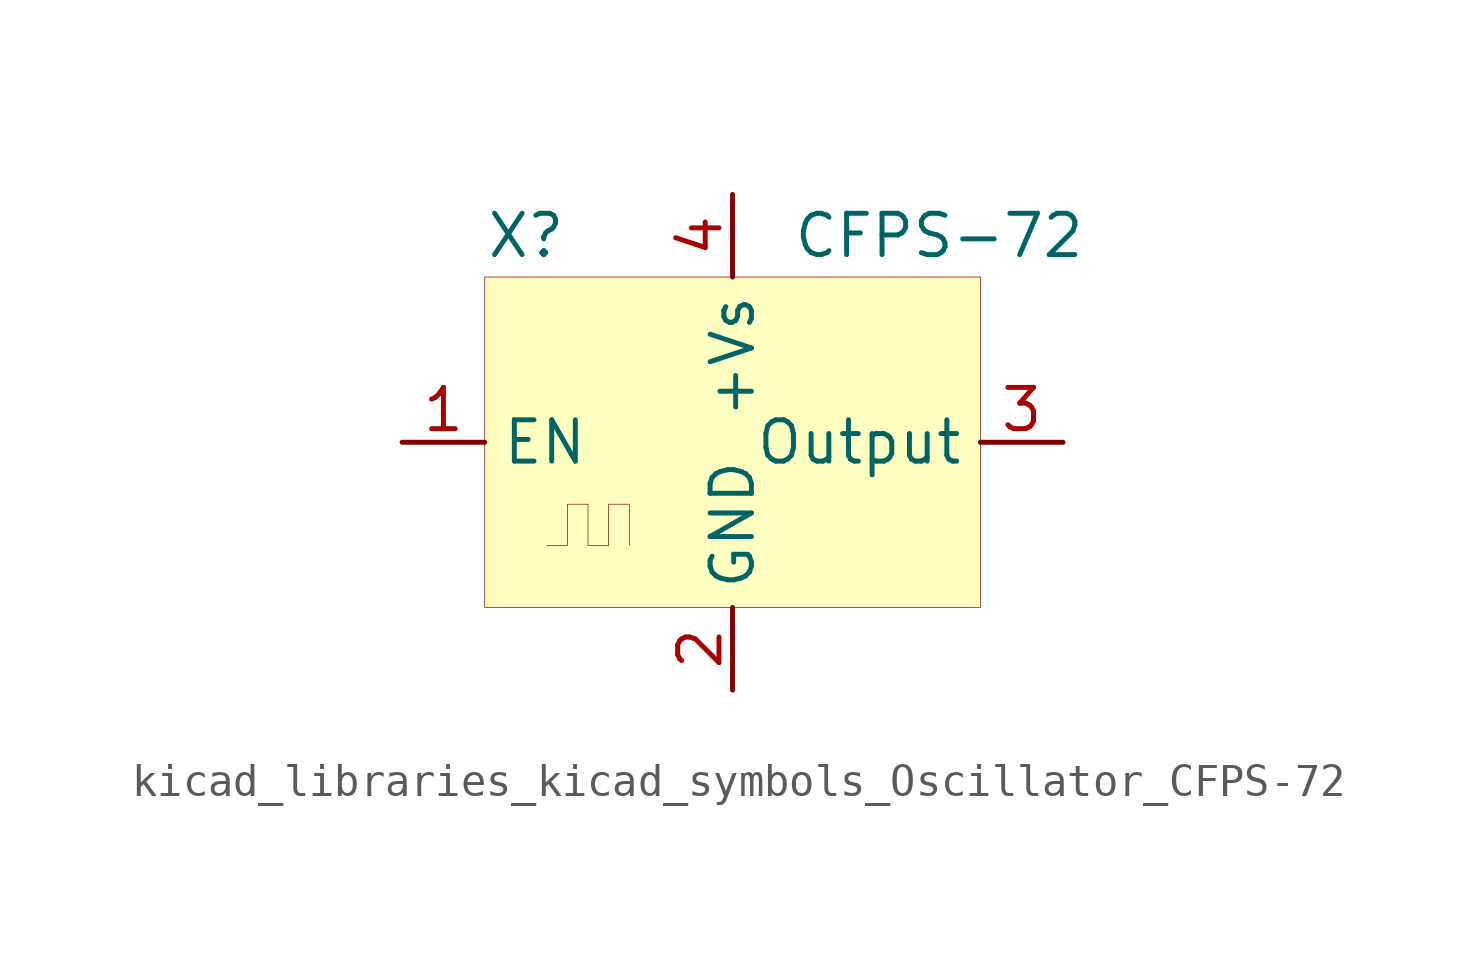
<source format=kicad_sym>
(kicad_symbol_lib
  (version 20220914)
  (generator kicad_symbol_editor)
  (symbol "kicad_libraries_kicad_symbols_Oscillator_CFPS-72"
    (property "Reference" "X"
      (at -6.35 6.35 0)
      (effects (font (size 1.27 1.27))))
    (property "Value" "CFPS-72"
      (at 6.35 6.35 0)
      (effects (font (size 1.27 1.27))))
    (symbol "kicad_libraries_kicad_symbols_Oscillator_CFPS-72_0_1"
      (rectangle (start -7.62 5.08) (end 7.62 -5.08) (stroke (width 0.001) (type default)) (fill (type background)))
      (polyline (pts (xy -5.715 -3.175) (xy -5.08 -3.175) (xy -5.08 -1.905) (xy -4.445 -1.905) (xy -4.445 -3.175) (xy -3.81 -3.175) (xy -3.81 -1.905) (xy -3.175 -1.905) (xy -3.175 -3.175)) (stroke (width 0.001) (type default)) (fill (type none))))
    (symbol "kicad_libraries_kicad_symbols_Oscillator_CFPS-72_1_1"
      (pin input line (at -10.16 0 0) (length 2.54) (name "EN" (effects (font (size 1.27 1.27)))) (number "1" (effects (font (size 1.27 1.27)))))
      (pin power_in line (at 0 -7.62 90) (length 2.54) (name "GND" (effects (font (size 1.27 1.27)))) (number "2" (effects (font (size 1.27 1.27)))))
      (pin output line (at 10.16 0 180) (length 2.54) (name "Output" (effects (font (size 1.27 1.27)))) (number "3" (effects (font (size 1.27 1.27)))))
      (pin power_in line (at 0 7.62 270) (length 2.54) (name "+Vs" (effects (font (size 1.27 1.27)))) (number "4" (effects (font (size 1.27 1.27))))))))
</source>
